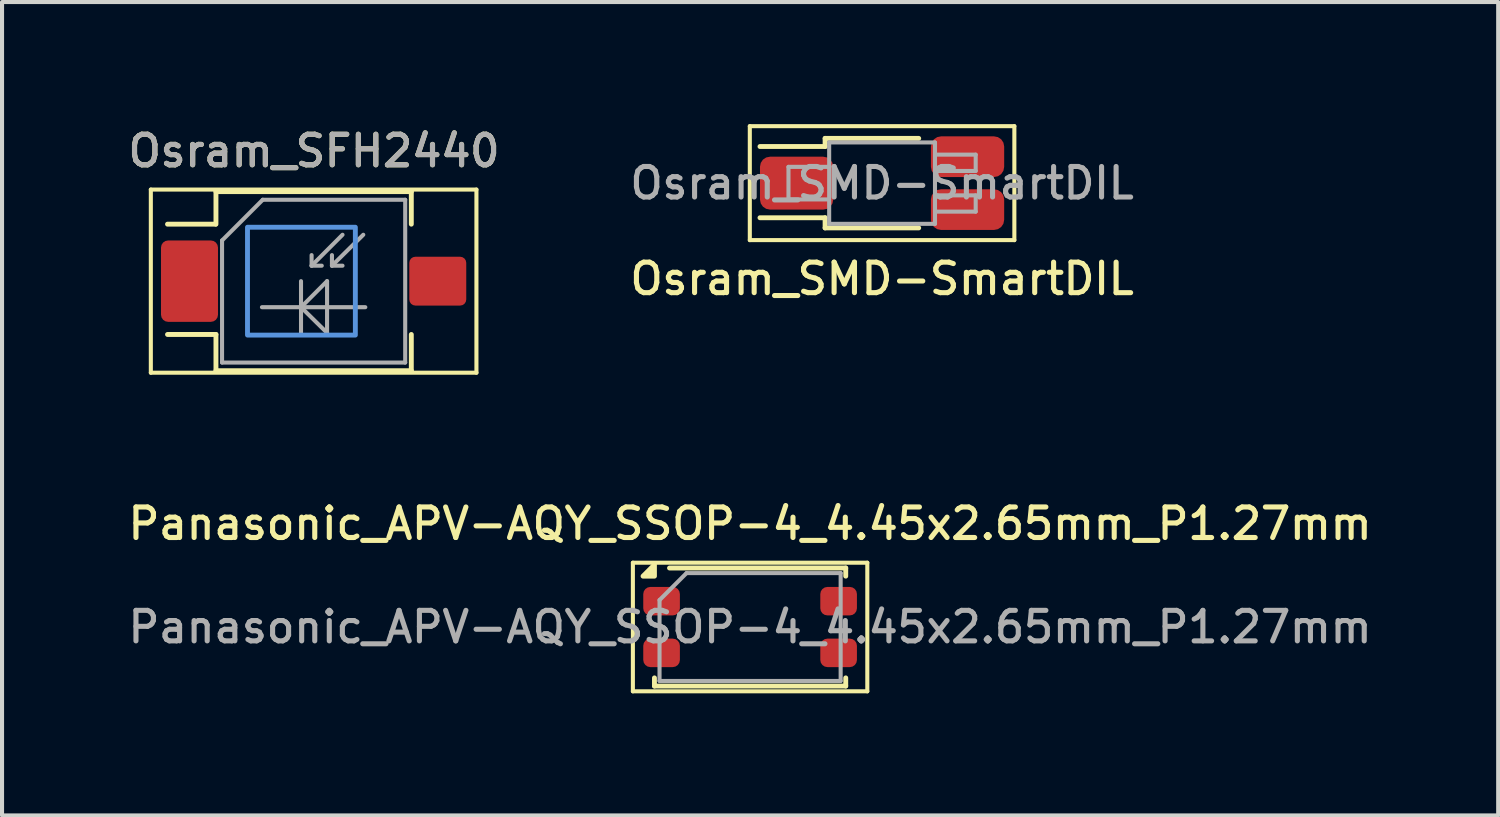
<source format=kicad_pcb>
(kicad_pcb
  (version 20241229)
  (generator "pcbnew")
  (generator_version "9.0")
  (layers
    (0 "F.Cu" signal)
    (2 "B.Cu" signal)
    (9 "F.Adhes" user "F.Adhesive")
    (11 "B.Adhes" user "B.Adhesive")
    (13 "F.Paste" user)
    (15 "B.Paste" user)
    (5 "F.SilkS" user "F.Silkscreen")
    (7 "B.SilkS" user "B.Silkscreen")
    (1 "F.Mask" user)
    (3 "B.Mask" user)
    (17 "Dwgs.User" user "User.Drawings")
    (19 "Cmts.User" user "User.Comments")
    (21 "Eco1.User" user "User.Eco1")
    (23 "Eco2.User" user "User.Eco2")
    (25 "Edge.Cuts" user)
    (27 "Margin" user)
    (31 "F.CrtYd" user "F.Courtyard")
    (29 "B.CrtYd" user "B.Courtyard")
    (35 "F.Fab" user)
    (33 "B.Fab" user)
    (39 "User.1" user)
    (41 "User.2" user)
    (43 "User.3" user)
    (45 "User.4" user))
  (footprint "Osram_SFH2440"
    (layer "F.Cu")
    (at 4.656 3.858)
    (property "Reference" "Osram_SFH2440" (at 0.01 -3.2 0) (layer "F.SilkS") (effects (font (size 0.75 0.75) (thickness 0.125))))
    (attr smd)
    (fp_line (start -4 -2.25) (end -4 2.25) (stroke (width 0.1) (type solid)) (layer "F.SilkS"))
    (fp_line (start -4 -2.25) (end 4 -2.25) (stroke (width 0.1) (type solid)) (layer "F.SilkS"))
    (fp_line (start -3.59 1.31) (end -2.4 1.31) (stroke (width 0.12) (type solid)) (layer "F.SilkS"))
    (fp_line (start -2.41 -1.4) (end -3.59 -1.4) (stroke (width 0.12) (type solid)) (layer "F.SilkS"))
    (fp_line (start -2.4 -2.2) (end -2.4 -1.4) (stroke (width 0.12) (type solid)) (layer "F.SilkS"))
    (fp_line (start -2.4 1.31) (end -2.4 2.2) (stroke (width 0.12) (type solid)) (layer "F.SilkS"))
    (fp_line (start -2.4 2.2) (end 2.4 2.2) (stroke (width 0.12) (type solid)) (layer "F.SilkS"))
    (fp_line (start 2.4 -2.2) (end -2.4 -2.2) (stroke (width 0.12) (type solid)) (layer "F.SilkS"))
    (fp_line (start 2.4 -1.4) (end 2.4 -2.2) (stroke (width 0.12) (type solid)) (layer "F.SilkS"))
    (fp_line (start 2.4 2.2) (end 2.4 1.31) (stroke (width 0.12) (type solid)) (layer "F.SilkS"))
    (fp_line (start 4 2.25) (end -4 2.25) (stroke (width 0.1) (type solid)) (layer "F.SilkS"))
    (fp_line (start 4 2.25) (end 4 -2.25) (stroke (width 0.1) (type solid)) (layer "F.SilkS"))
    (fp_rect (start -1.625 -1.325) (end 1.025 1.325) (stroke (width 0.12) (type solid)) (fill no) (layer "Cmts.User"))
    (fp_line (start -2.25 -1) (end -2.25 2) (stroke (width 0.1) (type solid)) (layer "F.Fab"))
    (fp_line (start -2.25 -1) (end -1.25 -2) (stroke (width 0.1) (type solid)) (layer "F.Fab"))
    (fp_line (start -1.27 0.64) (end 1.27 0.64) (stroke (width 0.1) (type solid)) (layer "F.Fab"))
    (fp_line (start -1.25 -2) (end 2.25 -2) (stroke (width 0.1) (type solid)) (layer "F.Fab"))
    (fp_line (start -0.31 0) (end -0.31 1.27) (stroke (width 0.1) (type solid)) (layer "F.Fab"))
    (fp_line (start -0.31 0.64) (end 0.33 0) (stroke (width 0.1) (type solid)) (layer "F.Fab"))
    (fp_line (start -0.05 -0.38) (end -0.05 -0.64) (stroke (width 0.1) (type solid)) (layer "F.Fab"))
    (fp_line (start -0.05 -0.38) (end 0.2 -0.38) (stroke (width 0.1) (type solid)) (layer "F.Fab"))
    (fp_line (start 0.33 0) (end 0.33 1.27) (stroke (width 0.1) (type solid)) (layer "F.Fab"))
    (fp_line (start 0.33 1.27) (end -0.31 0.64) (stroke (width 0.1) (type solid)) (layer "F.Fab"))
    (fp_line (start 0.45 -0.38) (end 0.45 -0.64) (stroke (width 0.1) (type solid)) (layer "F.Fab"))
    (fp_line (start 0.45 -0.38) (end 0.71 -0.38) (stroke (width 0.1) (type solid)) (layer "F.Fab"))
    (fp_line (start 0.71 -1.14) (end -0.05 -0.38) (stroke (width 0.1) (type solid)) (layer "F.Fab"))
    (fp_line (start 1.22 -1.14) (end 0.45 -0.38) (stroke (width 0.1) (type solid)) (layer "F.Fab"))
    (fp_line (start 2.25 -2) (end 2.25 2) (stroke (width 0.1) (type solid)) (layer "F.Fab"))
    (fp_line (start 2.25 2) (end -2.25 2) (stroke (width 0.1) (type solid)) (layer "F.Fab"))
    (fp_text user "${REFERENCE}" (at 0.01 -3.2 0) (layer "F.Fab") (effects (font (size 0.75 0.75) (thickness 0.125))))
    (pad "" smd roundrect (at -3.05 0 180) (size 1.3 1.9) (layers "F.Paste") (roundrect_rratio 0.125))
    (pad "" smd roundrect (at -3.05 0 180) (size 1.5 2.1) (layers "F.Mask") (roundrect_rratio 0.125))
    (pad "" smd roundrect (at 3.05 0 180) (size 1.3 1.1) (layers "F.Paste") (roundrect_rratio 0.125))
    (pad "" smd roundrect (at 3.05 0 180) (size 1.5 1.3) (layers "F.Mask") (roundrect_rratio 0.125))
    (pad "1" smd roundrect (at -3.05 0 180) (size 1.4 2) (layers "F.Cu" "F.Mask") (roundrect_rratio 0.125))
    (pad "2" smd roundrect (at 3.05 0 180) (size 1.4 1.2) (layers "F.Cu" "F.Mask") (roundrect_rratio 0.125)))
  (footprint "Osram_SMD-SmartDIL"
    (layer "F.Cu")
    (at 18.623 1.45)
    (property "Reference" "Osram_SMD-SmartDIL" (at 0 2.35 0) (layer "F.SilkS") (effects (font (size 0.75 0.75) (thickness 0.125))))
    (attr smd)
    (fp_line (start -3.25 -1.4) (end -3.25 1.4) (stroke (width 0.1) (type solid)) (layer "F.SilkS"))
    (fp_line (start -3.25 -1.4) (end 3.25 -1.4) (stroke (width 0.1) (type solid)) (layer "F.SilkS"))
    (fp_line (start -1.4 -1.1) (end -1.4 -0.9) (stroke (width 0.12) (type solid)) (layer "F.SilkS"))
    (fp_line (start -1.4 -1.1) (end 0.9 -1.1) (stroke (width 0.12) (type solid)) (layer "F.SilkS"))
    (fp_line (start -1.4 -0.9) (end -3 -0.9) (stroke (width 0.12) (type solid)) (layer "F.SilkS"))
    (fp_line (start -1.4 0.85) (end -3 0.85) (stroke (width 0.12) (type solid)) (layer "F.SilkS"))
    (fp_line (start -1.4 1.1) (end -1.4 0.85) (stroke (width 0.12) (type solid)) (layer "F.SilkS"))
    (fp_line (start 0.9 1.1) (end -1.4 1.1) (stroke (width 0.12) (type solid)) (layer "F.SilkS"))
    (fp_line (start 3.25 1.4) (end -3.25 1.4) (stroke (width 0.1) (type solid)) (layer "F.SilkS"))
    (fp_line (start 3.25 1.4) (end 3.25 -1.4) (stroke (width 0.1) (type solid)) (layer "F.SilkS"))
    (fp_line (start -2.3 -0.4) (end -2.3 0.4) (stroke (width 0.1) (type solid)) (layer "F.Fab"))
    (fp_line (start -2.3 0.4) (end -1.35 0.4) (stroke (width 0.1) (type solid)) (layer "F.Fab"))
    (fp_line (start -1.3 -1) (end -1.3 1) (stroke (width 0.1) (type solid)) (layer "F.Fab"))
    (fp_line (start -1.3 -0.4) (end -2.3 -0.4) (stroke (width 0.1) (type solid)) (layer "F.Fab"))
    (fp_line (start -1.3 1) (end 1.3 1) (stroke (width 0.1) (type solid)) (layer "F.Fab"))
    (fp_line (start 1.3 -1) (end -1.3 -1) (stroke (width 0.1) (type solid)) (layer "F.Fab"))
    (fp_line (start 1.3 -0.7) (end 2.3 -0.7) (stroke (width 0.1) (type solid)) (layer "F.Fab"))
    (fp_line (start 1.3 0.3) (end 2.3 0.3) (stroke (width 0.1) (type solid)) (layer "F.Fab"))
    (fp_line (start 1.3 1) (end 1.3 -1) (stroke (width 0.1) (type solid)) (layer "F.Fab"))
    (fp_line (start 2.3 -0.7) (end 2.3 -0.3) (stroke (width 0.1) (type solid)) (layer "F.Fab"))
    (fp_line (start 2.3 -0.3) (end 1.3 -0.3) (stroke (width 0.1) (type solid)) (layer "F.Fab"))
    (fp_line (start 2.3 0.3) (end 2.3 0.7) (stroke (width 0.1) (type solid)) (layer "F.Fab"))
    (fp_line (start 2.3 0.7) (end 1.3 0.7) (stroke (width 0.1) (type solid)) (layer "F.Fab"))
    (fp_text user "${REFERENCE}" (at 0 0 0) (layer "F.Fab") (effects (font (size 0.75 0.75) (thickness 0.125))))
    (pad "1" smd roundrect (at -2.1 0 180) (size 1.8 1.3) (layers "F.Cu" "F.Mask" "F.Paste") (roundrect_rratio 0.19))
    (pad "2" smd roundrect (at 2.1 -0.65 180) (size 1.8 1) (layers "F.Cu" "F.Mask" "F.Paste") (roundrect_rratio 0.25))
    (pad "3" smd roundrect (at 2.1 0.65 180) (size 1.8 1) (layers "F.Cu" "F.Mask" "F.Paste") (roundrect_rratio 0.25)))
  (footprint "Panasonic_APV-AQY_SSOP-4_4.45x2.65mm_P1.27mm"
    (layer "F.Cu")
    (at 15.38 12.356)
    (property "Reference" "Panasonic_APV-AQY_SSOP-4_4.45x2.65mm_P1.27mm" (at 0 -2.54 0) (layer "F.SilkS") (effects (font (size 0.75 0.75) (thickness 0.125))))
    (attr smd)
    (fp_line (start -2.88 -1.58) (end -2.88 1.58) (stroke (width 0.1) (type solid)) (layer "F.SilkS"))
    (fp_line (start -2.88 -1.58) (end 2.88 -1.58) (stroke (width 0.1) (type solid)) (layer "F.SilkS"))
    (fp_line (start -2.88 1.58) (end 2.88 1.58) (stroke (width 0.1) (type solid)) (layer "F.SilkS"))
    (fp_line (start -2.35 1.25) (end -2.35 1.45) (stroke (width 0.12) (type solid)) (layer "F.SilkS"))
    (fp_line (start -2.35 1.45) (end 2.35 1.45) (stroke (width 0.12) (type solid)) (layer "F.SilkS"))
    (fp_line (start 2.35 -1.45) (end -1.98 -1.45) (stroke (width 0.12) (type solid)) (layer "F.SilkS"))
    (fp_line (start 2.35 -1.25) (end 2.35 -1.45) (stroke (width 0.12) (type solid)) (layer "F.SilkS"))
    (fp_line (start 2.35 1.45) (end 2.35 1.25) (stroke (width 0.12) (type solid)) (layer "F.SilkS"))
    (fp_line (start 2.88 -1.58) (end 2.88 1.58) (stroke (width 0.1) (type solid)) (layer "F.SilkS"))
    (fp_poly (pts (xy -2.35 -1.25) (xy -2.63 -1.25) (xy -2.35 -1.53) (xy -2.35 -1.25)) (stroke (width 0.12) (type solid)) (fill yes) (layer "F.SilkS"))
    (fp_line (start -2.225 -0.662) (end -2.225 1.325) (stroke (width 0.1) (type solid)) (layer "F.Fab"))
    (fp_line (start -2.225 -0.662) (end -1.562 -1.325) (stroke (width 0.1) (type solid)) (layer "F.Fab"))
    (fp_line (start -2.225 1.325) (end 2.225 1.325) (stroke (width 0.1) (type solid)) (layer "F.Fab"))
    (fp_line (start -1.562 -1.325) (end 2.225 -1.325) (stroke (width 0.1) (type solid)) (layer "F.Fab"))
    (fp_line (start 2.225 -1.325) (end 2.225 1.325) (stroke (width 0.1) (type solid)) (layer "F.Fab"))
    (fp_text user "${REFERENCE}" (at 0 0 0) (layer "F.Fab") (effects (font (size 0.75 0.75) (thickness 0.125))))
    (pad "1" smd roundrect (at -2.175 -0.635) (size 0.9 0.7) (layers "F.Cu" "F.Mask" "F.Paste") (roundrect_rratio 0.25))
    (pad "2" smd roundrect (at -2.175 0.635) (size 0.9 0.7) (layers "F.Cu" "F.Mask" "F.Paste") (roundrect_rratio 0.25))
    (pad "3" smd roundrect (at 2.175 0.635) (size 0.9 0.7) (layers "F.Cu" "F.Mask" "F.Paste") (roundrect_rratio 0.25))
    (pad "4" smd roundrect (at 2.175 -0.635) (size 0.9 0.7) (layers "F.Cu" "F.Mask" "F.Paste") (roundrect_rratio 0.25)))
  (gr_rect
    (start -3 -3)
    (end 33.761 16.986)
    (stroke (width 0.1) (type default))
    (fill no)
    (layer "Edge.Cuts")))
</source>
